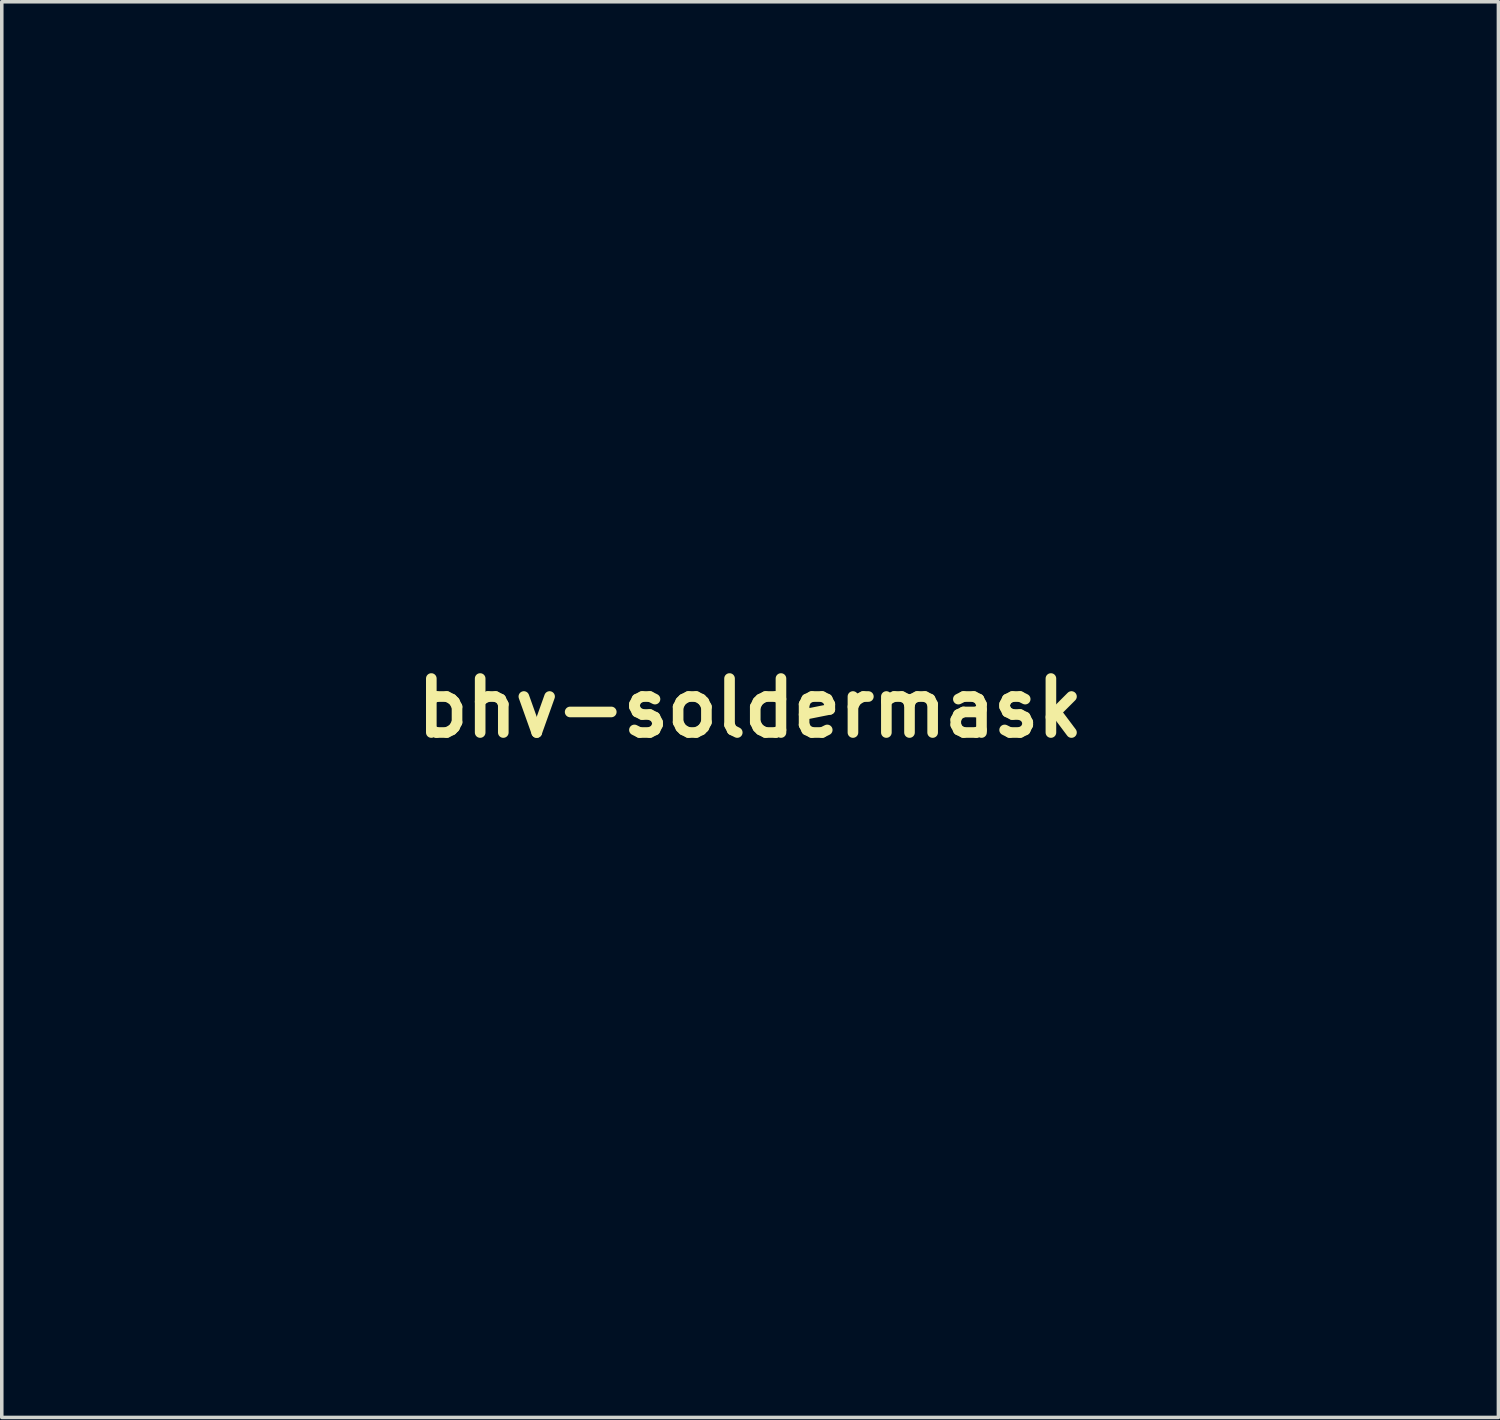
<source format=kicad_pcb>
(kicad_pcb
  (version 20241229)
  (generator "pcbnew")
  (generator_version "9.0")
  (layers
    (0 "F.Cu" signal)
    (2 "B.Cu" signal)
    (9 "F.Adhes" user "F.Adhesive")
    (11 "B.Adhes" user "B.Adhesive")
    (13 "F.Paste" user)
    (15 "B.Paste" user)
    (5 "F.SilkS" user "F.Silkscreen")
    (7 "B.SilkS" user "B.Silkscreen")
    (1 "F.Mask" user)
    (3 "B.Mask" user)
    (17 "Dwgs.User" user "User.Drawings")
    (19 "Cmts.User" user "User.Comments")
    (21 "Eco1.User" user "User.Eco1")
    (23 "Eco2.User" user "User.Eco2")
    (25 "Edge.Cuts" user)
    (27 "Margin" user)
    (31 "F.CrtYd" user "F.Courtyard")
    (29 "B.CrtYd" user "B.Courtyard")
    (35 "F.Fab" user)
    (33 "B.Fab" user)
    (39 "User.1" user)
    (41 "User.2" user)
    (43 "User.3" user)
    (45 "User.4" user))
  (footprint "bhv-soldermask"
    (layer "F.Cu")
    (at 18.124 16.938)
    (property "Reference" "bhv-soldermask" (at 0 0 0) (layer "F.SilkS") (effects (font (size 1.524 1.524) (thickness 0.3))))
    (attr through_hole)
    (fp_poly (pts (xy -13.801 3.09) (xy -13.843 3.133) (xy -13.885 3.09) (xy -13.843 3.048) (xy -13.801 3.09)) (stroke (width 0.01) (type solid)) (fill yes) (layer "F.Mask"))
    (fp_poly (pts (xy -1.863 -14.774) (xy -1.905 -14.732) (xy -1.947 -14.774) (xy -1.905 -14.817) (xy -1.863 -14.774)) (stroke (width 0.01) (type solid)) (fill yes) (layer "F.Mask"))
    (fp_poly (pts (xy 14.647 6.054) (xy 14.605 6.096) (xy 14.563 6.054) (xy 14.605 6.011) (xy 14.647 6.054)) (stroke (width 0.01) (type solid)) (fill yes) (layer "F.Mask"))
    (fp_poly (pts (xy 15.24 -3.514) (xy 15.198 -3.471) (xy 15.155 -3.514) (xy 15.198 -3.556) (xy 15.24 -3.514)) (stroke (width 0.01) (type solid)) (fill yes) (layer "F.Mask"))
    (fp_poly (pts (xy -11.248 8.432) (xy -11.18 8.52) (xy -11.258 8.623) (xy -11.491 8.753) (xy -11.493 8.755) (xy -11.811 8.905) (xy -11.565 8.647) (xy -11.399 8.497) (xy -11.274 8.43) (xy -11.248 8.432)) (stroke (width 0.01) (type solid)) (fill yes) (layer "F.Mask"))
    (fp_poly (pts (xy 14.229 5.802) (xy 14.42 5.923) (xy 14.461 5.996) (xy 14.367 6.01) (xy 14.153 5.953) (xy 14.07 5.922) (xy 13.942 5.835) (xy 13.927 5.758) (xy 14.038 5.73) (xy 14.229 5.802)) (stroke (width 0.01) (type solid)) (fill yes) (layer "F.Mask"))
    (fp_poly (pts (xy 8.222 -12.574) (xy 8.258 -12.441) (xy 8.203 -12.247) (xy 8.089 -12.099) (xy 7.946 -12.026) (xy 7.829 -12.044) (xy 7.789 -12.14) (xy 7.84 -12.287) (xy 7.953 -12.458) (xy 8.111 -12.587) (xy 8.222 -12.574)) (stroke (width 0.01) (type solid)) (fill yes) (layer "F.Mask"))
    (fp_poly (pts (xy 8.701 -13.341) (xy 8.704 -13.213) (xy 8.622 -13) (xy 8.506 -12.822) (xy 8.4 -12.802) (xy 8.33 -12.905) (xy 8.332 -13.08) (xy 8.42 -13.259) (xy 8.552 -13.369) (xy 8.597 -13.377) (xy 8.701 -13.341)) (stroke (width 0.01) (type solid)) (fill yes) (layer "F.Mask"))
    (fp_poly (pts (xy -7.214 12.991) (xy -7.199 13.06) (xy -7.254 13.234) (xy -7.379 13.389) (xy -7.525 13.476) (xy -7.613 13.467) (xy -7.684 13.392) (xy -7.654 13.277) (xy -7.59 13.173) (xy -7.449 13.021) (xy -7.309 12.956) (xy -7.214 12.991)) (stroke (width 0.01) (type solid)) (fill yes) (layer "F.Mask"))
    (fp_poly (pts (xy -6.781 12.136) (xy -6.734 12.187) (xy -6.737 12.312) (xy -6.82 12.484) (xy -6.941 12.641) (xy -7.058 12.722) (xy -7.091 12.722) (xy -7.182 12.616) (xy -7.171 12.434) (xy -7.079 12.255) (xy -6.922 12.124) (xy -6.781 12.136)) (stroke (width 0.01) (type solid)) (fill yes) (layer "F.Mask"))
    (fp_poly (pts (xy -13.264 -5.975) (xy -13.054 -5.914) (xy -12.904 -5.875) (xy -12.749 -5.794) (xy -12.7 -5.706) (xy -12.703 -5.624) (xy -12.736 -5.603) (xy -12.836 -5.651) (xy -13.037 -5.778) (xy -13.081 -5.807) (xy -13.244 -5.92) (xy -13.297 -5.977) (xy -13.264 -5.975)) (stroke (width 0.01) (type solid)) (fill yes) (layer "F.Mask"))
    (fp_poly (pts (xy 12.705 -8.608) (xy 12.522 -8.415) (xy 12.422 -8.325) (xy 12.368 -8.317) (xy 12.326 -8.371) (xy 12.316 -8.388) (xy 12.282 -8.486) (xy 12.289 -8.5) (xy 12.374 -8.552) (xy 12.554 -8.659) (xy 12.658 -8.72) (xy 12.996 -8.918) (xy 12.705 -8.608)) (stroke (width 0.01) (type solid)) (fill yes) (layer "F.Mask"))
    (fp_poly (pts (xy -3.442 -14.982) (xy -3.355 -14.785) (xy -3.258 -14.481) (xy -3.23 -14.375) (xy -3.132 -14.001) (xy -3.076 -13.761) (xy -3.059 -13.625) (xy -3.078 -13.564) (xy -3.133 -13.547) (xy -3.173 -13.547) (xy -3.274 -13.628) (xy -3.382 -13.858) (xy -3.437 -14.027) (xy -3.542 -14.454) (xy -3.584 -14.78) (xy -3.56 -14.984) (xy -3.506 -15.043) (xy -3.442 -14.982)) (stroke (width 0.01) (type solid)) (fill yes) (layer "F.Mask"))
    (fp_poly (pts (xy -9.637 -11.67) (xy -9.485 -11.539) (xy -9.256 -11.297) (xy -9.212 -11.249) (xy -8.929 -10.912) (xy -8.778 -10.67) (xy -8.758 -10.516) (xy -8.848 -10.448) (xy -8.937 -10.498) (xy -9.105 -10.651) (xy -9.32 -10.877) (xy -9.417 -10.986) (xy -9.653 -11.269) (xy -9.786 -11.458) (xy -9.83 -11.581) (xy -9.802 -11.665) (xy -9.801 -11.667) (xy -9.733 -11.707) (xy -9.637 -11.67)) (stroke (width 0.01) (type solid)) (fill yes) (layer "F.Mask"))
    (fp_poly (pts (xy -8.808 10.669) (xy -8.808 10.689) (xy -8.863 10.797) (xy -9.007 10.992) (xy -9.213 11.239) (xy -9.298 11.334) (xy -9.541 11.594) (xy -9.701 11.741) (xy -9.804 11.791) (xy -9.875 11.763) (xy -9.887 11.749) (xy -9.919 11.666) (xy -9.877 11.548) (xy -9.746 11.367) (xy -9.517 11.105) (xy -9.225 10.806) (xy -9.004 10.63) (xy -8.862 10.583) (xy -8.808 10.669)) (stroke (width 0.01) (type solid)) (fill yes) (layer "F.Mask"))
    (fp_poly (pts (xy 10.169 10.574) (xy 10.333 10.713) (xy 10.382 10.76) (xy 10.628 11.013) (xy 10.871 11.287) (xy 10.929 11.357) (xy 11.073 11.556) (xy 11.113 11.677) (xy 11.06 11.76) (xy 11.06 11.76) (xy 10.979 11.781) (xy 10.862 11.718) (xy 10.685 11.551) (xy 10.459 11.303) (xy 10.19 10.973) (xy 10.048 10.744) (xy 10.027 10.61) (xy 10.078 10.544) (xy 10.169 10.574)) (stroke (width 0.01) (type solid)) (fill yes) (layer "F.Mask"))
    (fp_poly (pts (xy 10.957 -11.681) (xy 10.967 -11.659) (xy 10.964 -11.531) (xy 10.86 -11.342) (xy 10.643 -11.068) (xy 10.605 -11.024) (xy 10.331 -10.735) (xy 10.114 -10.559) (xy 9.969 -10.503) (xy 9.907 -10.576) (xy 9.906 -10.6) (xy 9.96 -10.711) (xy 10.104 -10.908) (xy 10.312 -11.157) (xy 10.406 -11.262) (xy 10.651 -11.523) (xy 10.809 -11.669) (xy 10.904 -11.717) (xy 10.957 -11.681)) (stroke (width 0.01) (type solid)) (fill yes) (layer "F.Mask"))
    (fp_poly (pts (xy 4.561 13.754) (xy 4.647 13.889) (xy 4.738 14.149) (xy 4.776 14.287) (xy 4.861 14.597) (xy 4.932 14.857) (xy 4.973 15.007) (xy 4.945 15.122) (xy 4.835 15.163) (xy 4.724 15.106) (xy 4.714 15.092) (xy 4.674 14.982) (xy 4.605 14.76) (xy 4.535 14.52) (xy 4.453 14.226) (xy 4.383 13.982) (xy 4.35 13.864) (xy 4.363 13.742) (xy 4.464 13.716) (xy 4.561 13.754)) (stroke (width 0.01) (type solid)) (fill yes) (layer "F.Mask"))
    (fp_poly (pts (xy 7.948 4.284) (xy 8.152 4.375) (xy 8.278 4.442) (xy 8.289 4.451) (xy 8.242 4.517) (xy 8.093 4.684) (xy 7.86 4.932) (xy 7.562 5.244) (xy 7.217 5.599) (xy 6.844 5.979) (xy 6.461 6.367) (xy 6.087 6.742) (xy 5.739 7.087) (xy 5.437 7.383) (xy 5.199 7.61) (xy 5.044 7.751) (xy 4.991 7.789) (xy 4.927 7.721) (xy 4.828 7.549) (xy 4.794 7.478) (xy 4.645 7.167) (xy 7.65 4.159) (xy 7.948 4.284)) (stroke (width 0.01) (type solid)) (fill yes) (layer "F.Mask"))
    (fp_poly (pts (xy 1.031 -2.579) (xy 1.128 -2.519) (xy 1.161 -2.476) (xy 1.153 -2.41) (xy 1.094 -2.307) (xy 0.972 -2.153) (xy 0.774 -1.935) (xy 0.489 -1.638) (xy 0.106 -1.249) (xy -0.332 -0.81) (xy -1.937 0.792) (xy -2.043 0.561) (xy -2.072 0.486) (xy -2.078 0.411) (xy -2.047 0.322) (xy -1.967 0.2) (xy -1.825 0.031) (xy -1.608 -0.202) (xy -1.303 -0.515) (xy -0.896 -0.924) (xy -0.673 -1.148) (xy -0.262 -1.555) (xy 0.112 -1.92) (xy 0.432 -2.225) (xy 0.681 -2.455) (xy 0.841 -2.592) (xy 0.893 -2.625) (xy 1.031 -2.579)) (stroke (width 0.01) (type solid)) (fill yes) (layer "F.Mask"))
    (fp_poly (pts (xy -3.705 -7.459) (xy -3.604 -7.263) (xy -3.583 -7.215) (xy -3.458 -6.916) (xy -4.924 -5.448) (xy -5.333 -5.041) (xy -5.706 -4.678) (xy -6.023 -4.375) (xy -6.27 -4.148) (xy -6.427 -4.013) (xy -6.476 -3.983) (xy -6.604 -4.022) (xy -6.8 -4.113) (xy -6.816 -4.121) (xy -6.999 -4.222) (xy -7.104 -4.287) (xy -7.108 -4.29) (xy -7.066 -4.359) (xy -6.919 -4.527) (xy -6.687 -4.774) (xy -6.388 -5.082) (xy -6.041 -5.432) (xy -5.665 -5.807) (xy -5.278 -6.188) (xy -4.9 -6.556) (xy -4.548 -6.893) (xy -4.242 -7.18) (xy -4 -7.399) (xy -3.841 -7.532) (xy -3.786 -7.563) (xy -3.705 -7.459)) (stroke (width 0.01) (type solid)) (fill yes) (layer "F.Mask"))
    (fp_poly (pts (xy 3.16 -0.494) (xy 3.179 -0.471) (xy 3.275 -0.307) (xy 3.302 -0.216) (xy 3.244 -0.131) (xy 3.085 0.05) (xy 2.843 0.308) (xy 2.54 0.624) (xy 2.195 0.976) (xy 1.828 1.345) (xy 1.46 1.711) (xy 1.11 2.054) (xy 0.798 2.353) (xy 0.545 2.589) (xy 0.37 2.742) (xy 0.295 2.791) (xy 0.163 2.751) (xy 0.023 2.683) (xy -0.029 2.647) (xy -0.05 2.599) (xy -0.027 2.525) (xy 0.05 2.412) (xy 0.193 2.245) (xy 0.414 2.01) (xy 0.725 1.692) (xy 1.137 1.278) (xy 1.445 0.971) (xy 1.927 0.492) (xy 2.304 0.121) (xy 2.59 -0.153) (xy 2.8 -0.343) (xy 2.947 -0.46) (xy 3.047 -0.517) (xy 3.113 -0.524) (xy 3.16 -0.494)) (stroke (width 0.01) (type solid)) (fill yes) (layer "F.Mask"))
    (fp_poly (pts (xy 18.119 17.018) (xy 10.477 17.008) (xy 9.361 17.006) (xy 8.296 17.004) (xy 7.297 17.001) (xy 6.373 16.997) (xy 5.536 16.993) (xy 4.799 16.989) (xy 4.172 16.984) (xy 3.668 16.979) (xy 3.298 16.974) (xy 3.072 16.968) (xy 3.004 16.963) (xy 3.006 16.963) (xy 3.157 16.932) (xy 3.431 16.878) (xy 3.785 16.808) (xy 4.064 16.753) (xy 5.622 16.363) (xy 7.131 15.818) (xy 8.58 15.127) (xy 9.959 14.298) (xy 11.256 13.342) (xy 12.463 12.268) (xy 13.568 11.085) (xy 14.56 9.802) (xy 15.43 8.429) (xy 16.167 6.975) (xy 16.756 5.461) (xy 17.042 4.541) (xy 17.257 3.691) (xy 17.411 2.856) (xy 17.513 1.982) (xy 17.573 1.016) (xy 17.586 0.635) (xy 17.591 -0.593) (xy 17.53 -1.711) (xy 17.397 -2.765) (xy 17.184 -3.806) (xy 16.885 -4.879) (xy 16.753 -5.287) (xy 16.148 -6.845) (xy 15.399 -8.323) (xy 14.516 -9.71) (xy 13.509 -11.001) (xy 12.387 -12.187) (xy 11.158 -13.26) (xy 9.833 -14.213) (xy 8.42 -15.038) (xy 6.928 -15.727) (xy 5.368 -16.273) (xy 3.747 -16.667) (xy 2.979 -16.796) (xy 2.853 -16.816) (xy 2.773 -16.834) (xy 2.748 -16.849) (xy 2.786 -16.863) (xy 2.897 -16.875) (xy 3.088 -16.885) (xy 3.369 -16.893) (xy 3.749 -16.9) (xy 4.235 -16.906) (xy 4.837 -16.911) (xy 5.563 -16.914) (xy 6.423 -16.918) (xy 7.424 -16.92) (xy 8.575 -16.922) (xy 9.886 -16.924) (xy 10.139 -16.924) (xy 18.119 -16.933) (xy 18.119 17.018)) (stroke (width 0.01) (type solid)) (fill yes) (layer "F.Mask"))
    (fp_poly (pts (xy -9.504 -16.923) (xy -8.221 -16.92) (xy -7.024 -16.917) (xy -5.921 -16.912) (xy -4.918 -16.907) (xy -4.025 -16.9) (xy -3.25 -16.893) (xy -2.6 -16.885) (xy -2.084 -16.876) (xy -1.71 -16.866) (xy -1.485 -16.856) (xy -1.419 -16.846) (xy -1.439 -16.841) (xy -3.111 -16.544) (xy -4.731 -16.089) (xy -6.289 -15.484) (xy -7.774 -14.735) (xy -9.178 -13.847) (xy -10.489 -12.826) (xy -11.699 -11.68) (xy -12.796 -10.414) (xy -13.563 -9.356) (xy -14.435 -7.899) (xy -15.159 -6.364) (xy -15.737 -4.746) (xy -16.145 -3.161) (xy -16.217 -2.814) (xy -16.272 -2.513) (xy -16.313 -2.226) (xy -16.342 -1.925) (xy -16.361 -1.578) (xy -16.372 -1.154) (xy -16.377 -0.624) (xy -16.378 0.043) (xy -16.378 0.085) (xy -16.378 0.758) (xy -16.374 1.293) (xy -16.365 1.72) (xy -16.347 2.068) (xy -16.32 2.369) (xy -16.28 2.653) (xy -16.226 2.95) (xy -16.156 3.292) (xy -16.145 3.344) (xy -15.702 5.045) (xy -15.121 6.651) (xy -14.396 8.173) (xy -13.525 9.617) (xy -12.944 10.433) (xy -12.566 10.897) (xy -12.09 11.428) (xy -11.553 11.987) (xy -10.993 12.539) (xy -10.445 13.046) (xy -9.947 13.471) (xy -9.755 13.621) (xy -8.331 14.593) (xy -6.833 15.414) (xy -5.269 16.082) (xy -3.646 16.592) (xy -2.328 16.881) (xy -2.228 16.902) (xy -2.17 16.919) (xy -2.165 16.935) (xy -2.22 16.949) (xy -2.345 16.961) (xy -2.547 16.971) (xy -2.837 16.979) (xy -3.222 16.986) (xy -3.712 16.992) (xy -4.315 16.997) (xy -5.041 17.001) (xy -5.897 17.004) (xy -6.893 17.006) (xy -8.037 17.008) (xy -9.338 17.01) (xy -9.885 17.01) (xy -18.119 17.018) (xy -18.119 -16.933) (xy -9.504 -16.923)) (stroke (width 0.01) (type solid)) (fill yes) (layer "F.Mask"))
    (fp_poly (pts (xy 1.85 -12.649) (xy 2.581 -12.572) (xy 2.752 -12.545) (xy 4.183 -12.217) (xy 5.544 -11.741) (xy 6.824 -11.125) (xy 8.016 -10.378) (xy 9.113 -9.508) (xy 10.104 -8.523) (xy 10.983 -7.432) (xy 11.741 -6.244) (xy 12.37 -4.967) (xy 12.862 -3.61) (xy 13.207 -2.181) (xy 13.298 -1.624) (xy 13.34 -1.182) (xy 13.361 -0.623) (xy 13.363 0.009) (xy 13.348 0.671) (xy 13.315 1.319) (xy 13.268 1.91) (xy 13.207 2.402) (xy 13.165 2.625) (xy 12.757 4.096) (xy 12.209 5.48) (xy 11.525 6.77) (xy 10.709 7.961) (xy 9.767 9.045) (xy 8.702 10.017) (xy 7.674 10.769) (xy 6.473 11.477) (xy 5.241 12.034) (xy 3.947 12.454) (xy 2.582 12.744) (xy 2.225 12.786) (xy 1.745 12.819) (xy 1.188 12.843) (xy 0.598 12.856) (xy 0.022 12.859) (xy -0.497 12.849) (xy -0.913 12.826) (xy -1.058 12.811) (xy -2.48 12.543) (xy -3.851 12.12) (xy -5.158 11.55) (xy -6.392 10.842) (xy -7.538 10.004) (xy -8.586 9.044) (xy -9.524 7.973) (xy -10.34 6.798) (xy -10.996 5.581) (xy -11.522 4.304) (xy -11.894 3.025) (xy -12.122 1.704) (xy -12.186 0.998) (xy -12.203 -0.484) (xy -12.06 -1.927) (xy -11.765 -3.32) (xy -11.596 -3.831) (xy -9.161 -3.831) (xy -8.625 -3.398) (xy -7.85 -2.864) (xy -7.021 -2.467) (xy -6.164 -2.215) (xy -5.307 -2.119) (xy -5.243 -2.118) (xy -4.686 -2.117) (xy -4.526 -2.815) (xy -4.449 -3.148) (xy -4.384 -3.423) (xy -4.342 -3.594) (xy -4.336 -3.619) (xy -4.367 -3.675) (xy -4.515 -3.708) (xy -4.799 -3.723) (xy -5.009 -3.725) (xy -5.713 -3.725) (xy -4.53 -4.911) (xy -4.163 -5.274) (xy -3.835 -5.592) (xy -3.565 -5.847) (xy -3.372 -6.021) (xy -3.276 -6.095) (xy -3.271 -6.096) (xy -3.242 -6.017) (xy -3.227 -5.804) (xy -3.228 -5.491) (xy -3.236 -5.271) (xy -3.275 -4.791) (xy -3.346 -4.364) (xy -3.466 -3.914) (xy -3.583 -3.556) (xy -3.72 -3.131) (xy -3.845 -2.705) (xy -3.939 -2.338) (xy -3.976 -2.165) (xy -4.058 -1.218) (xy -3.978 -0.266) (xy -3.742 0.665) (xy -3.473 1.312) (xy -3.14 1.99) (xy -3.687 2.54) (xy -4.234 3.09) (xy -5.229 3.134) (xy -5.694 3.16) (xy -6.037 3.196) (xy -6.304 3.25) (xy -6.542 3.331) (xy -6.699 3.4) (xy -7.304 3.762) (xy -7.788 4.235) (xy -8.13 4.759) (xy -8.293 5.098) (xy -8.388 5.408) (xy -8.438 5.77) (xy -8.45 5.946) (xy -8.461 6.255) (xy -8.457 6.486) (xy -8.437 6.599) (xy -8.431 6.604) (xy -8.339 6.565) (xy -8.129 6.459) (xy -7.828 6.301) (xy -7.465 6.104) (xy -7.355 6.044) (xy -6.921 5.809) (xy -6.598 5.65) (xy -6.348 5.563) (xy -6.135 5.541) (xy -5.921 5.578) (xy -5.67 5.669) (xy -5.479 5.75) (xy -5.073 5.924) (xy -5.098 6.612) (xy -5.122 7.301) (xy -6.181 7.878) (xy -6.56 8.091) (xy -6.879 8.285) (xy -7.111 8.442) (xy -7.229 8.543) (xy -7.239 8.563) (xy -7.169 8.655) (xy -6.985 8.788) (xy -6.737 8.93) (xy -6.472 9.056) (xy -6.244 9.133) (xy -5.993 9.172) (xy -5.659 9.185) (xy -5.465 9.186) (xy -5.075 9.18) (xy -4.791 9.154) (xy -4.552 9.094) (xy -4.294 8.987) (xy -4.137 8.911) (xy -3.519 8.515) (xy -3.013 7.996) (xy -2.64 7.381) (xy -2.541 7.15) (xy -2.476 6.939) (xy -2.438 6.699) (xy -2.42 6.386) (xy -2.415 5.952) (xy -2.415 5.927) (xy -2.409 5.462) (xy -2.381 5.121) (xy -2.314 4.861) (xy -2.191 4.636) (xy -1.995 4.403) (xy -1.711 4.12) (xy -1.375 3.795) (xy -0.666 4.132) (xy -0.114 4.374) (xy 0.376 4.538) (xy 0.878 4.644) (xy 1.464 4.711) (xy 2.084 4.763) (xy 2.261 4.054) (xy 2.345 3.716) (xy 2.415 3.434) (xy 2.46 3.253) (xy 2.468 3.222) (xy 2.45 3.157) (xy 2.338 3.116) (xy 2.104 3.096) (xy 1.885 3.089) (xy 1.58 3.079) (xy 1.348 3.061) (xy 1.235 3.04) (xy 1.232 3.038) (xy 1.276 2.969) (xy 1.424 2.8) (xy 1.658 2.549) (xy 1.96 2.235) (xy 2.313 1.878) (xy 2.374 1.817) (xy 3.556 0.637) (xy 3.567 0.975) (xy 3.564 1.612) (xy 3.507 2.163) (xy 3.383 2.703) (xy 3.289 3.006) (xy 3.089 3.638) (xy 2.949 4.164) (xy 2.86 4.632) (xy 2.812 5.089) (xy 2.797 5.585) (xy 2.797 5.63) (xy 2.865 6.61) (xy 3.074 7.507) (xy 3.431 8.342) (xy 3.945 9.136) (xy 4.075 9.303) (xy 4.509 9.838) (xy 5.089 9.263) (xy 5.354 8.995) (xy 5.515 8.817) (xy 5.587 8.701) (xy 5.588 8.618) (xy 5.535 8.539) (xy 5.527 8.53) (xy 5.491 8.48) (xy 5.483 8.421) (xy 5.514 8.338) (xy 5.597 8.218) (xy 5.742 8.047) (xy 5.961 7.811) (xy 6.267 7.496) (xy 6.67 7.089) (xy 7.133 6.625) (xy 7.637 6.122) (xy 8.036 5.728) (xy 8.343 5.431) (xy 8.572 5.218) (xy 8.738 5.079) (xy 8.854 5.002) (xy 8.935 4.974) (xy 8.993 4.985) (xy 9.038 5.019) (xy 9.118 5.077) (xy 9.199 5.083) (xy 9.311 5.018) (xy 9.481 4.867) (xy 9.738 4.613) (xy 9.77 4.581) (xy 10.345 4.001) (xy 9.737 3.525) (xy 8.903 2.966) (xy 8.048 2.573) (xy 7.171 2.347) (xy 6.428 2.287) (xy 5.871 2.286) (xy 5.711 2.985) (xy 5.634 3.317) (xy 5.57 3.591) (xy 5.528 3.76) (xy 5.522 3.785) (xy 5.565 3.843) (xy 5.744 3.883) (xy 6.074 3.908) (xy 6.177 3.912) (xy 6.861 3.937) (xy 5.625 5.165) (xy 4.388 6.392) (xy 4.424 5.503) (xy 4.453 5.036) (xy 4.505 4.647) (xy 4.594 4.264) (xy 4.735 3.813) (xy 4.767 3.717) (xy 5.025 2.863) (xy 5.178 2.101) (xy 5.233 1.394) (xy 5.215 0.908) (xy 5.13 0.324) (xy 4.979 -0.296) (xy 4.78 -0.888) (xy 4.554 -1.384) (xy 4.526 -1.434) (xy 4.309 -1.81) (xy 5.42 -2.921) (xy 6.414 -2.965) (xy 7.073 -3.019) (xy 7.606 -3.127) (xy 8.05 -3.303) (xy 8.445 -3.561) (xy 8.753 -3.838) (xy 9.19 -4.365) (xy 9.472 -4.93) (xy 9.616 -5.568) (xy 9.634 -5.779) (xy 9.645 -6.087) (xy 9.639 -6.318) (xy 9.616 -6.43) (xy 9.609 -6.435) (xy 9.515 -6.396) (xy 9.302 -6.289) (xy 9 -6.129) (xy 8.638 -5.932) (xy 8.534 -5.875) (xy 8.102 -5.639) (xy 7.781 -5.48) (xy 7.532 -5.393) (xy 7.319 -5.371) (xy 7.104 -5.409) (xy 6.851 -5.501) (xy 6.664 -5.58) (xy 6.258 -5.754) (xy 6.283 -6.443) (xy 6.308 -7.132) (xy 7.366 -7.712) (xy 7.745 -7.926) (xy 8.064 -8.121) (xy 8.296 -8.277) (xy 8.414 -8.378) (xy 8.424 -8.398) (xy 8.354 -8.487) (xy 8.17 -8.618) (xy 7.916 -8.759) (xy 7.644 -8.885) (xy 7.408 -8.962) (xy 7.148 -9.001) (xy 6.801 -9.014) (xy 6.645 -9.015) (xy 6.257 -9.01) (xy 5.974 -8.984) (xy 5.735 -8.923) (xy 5.476 -8.816) (xy 5.322 -8.742) (xy 4.704 -8.346) (xy 4.198 -7.825) (xy 3.824 -7.211) (xy 3.721 -6.975) (xy 3.655 -6.759) (xy 3.618 -6.514) (xy 3.601 -6.192) (xy 3.597 -5.8) (xy 3.587 -5.365) (xy 3.561 -5.009) (xy 3.522 -4.769) (xy 3.497 -4.699) (xy 3.389 -4.557) (xy 3.198 -4.344) (xy 2.963 -4.105) (xy 2.948 -4.09) (xy 2.498 -3.651) (xy 1.852 -3.968) (xy 1.27 -4.221) (xy 0.705 -4.394) (xy 0.085 -4.503) (xy -0.309 -4.544) (xy -0.922 -4.596) (xy -0.978 -4.351) (xy -1.067 -3.973) (xy -1.159 -3.6) (xy -1.243 -3.28) (xy -1.307 -3.058) (xy -1.326 -3.001) (xy -1.335 -2.92) (xy -1.255 -2.893) (xy -1.05 -2.911) (xy -1.007 -2.917) (xy -0.67 -2.934) (xy -0.318 -2.911) (xy -0.262 -2.902) (xy 0.111 -2.834) (xy -1.107 -1.666) (xy -1.521 -1.269) (xy -1.83 -0.978) (xy -2.049 -0.78) (xy -2.197 -0.662) (xy -2.29 -0.614) (xy -2.344 -0.623) (xy -2.376 -0.677) (xy -2.394 -0.735) (xy -2.437 -1.086) (xy -2.406 -1.56) (xy -2.305 -2.13) (xy -2.139 -2.769) (xy -2.011 -3.173) (xy -1.859 -3.638) (xy -1.756 -4.006) (xy -1.691 -4.339) (xy -1.653 -4.697) (xy -1.628 -5.143) (xy -1.627 -5.189) (xy -1.648 -6.151) (xy -1.798 -7.022) (xy -2.086 -7.832) (xy -2.522 -8.611) (xy -2.897 -9.125) (xy -3.327 -9.665) (xy -3.905 -9.091) (xy -4.17 -8.825) (xy -4.33 -8.647) (xy -4.402 -8.531) (xy -4.403 -8.448) (xy -4.349 -8.369) (xy -4.341 -8.361) (xy -4.306 -8.311) (xy -4.298 -8.251) (xy -4.329 -8.168) (xy -4.411 -8.048) (xy -4.556 -7.877) (xy -4.776 -7.642) (xy -5.082 -7.327) (xy -5.485 -6.92) (xy -5.948 -6.456) (xy -6.452 -5.953) (xy -6.85 -5.559) (xy -7.157 -5.261) (xy -7.387 -5.049) (xy -7.553 -4.91) (xy -7.669 -4.832) (xy -7.749 -4.805) (xy -7.807 -4.816) (xy -7.853 -4.849) (xy -7.932 -4.908) (xy -8.014 -4.913) (xy -8.126 -4.849) (xy -8.296 -4.698) (xy -8.552 -4.444) (xy -8.585 -4.411) (xy -9.161 -3.831) (xy -11.596 -3.831) (xy -11.324 -4.654) (xy -10.745 -5.92) (xy -10.034 -7.109) (xy -9.198 -8.211) (xy -8.244 -9.218) (xy -7.18 -10.119) (xy -6.012 -10.906) (xy -4.747 -11.569) (xy -3.392 -12.099) (xy -2.091 -12.457) (xy -1.432 -12.57) (xy -0.658 -12.646) (xy 0.18 -12.685) (xy 1.033 -12.687) (xy 1.85 -12.649)) (stroke (width 0.01) (type solid)) (fill yes) (layer "F.Mask"))
    (fp_poly (pts (xy 2.169 -16.532) (xy 3.82 -16.299) (xy 4.657 -16.117) (xy 6.121 -15.68) (xy 7.563 -15.091) (xy 8.958 -14.365) (xy 10.283 -13.517) (xy 11.516 -12.561) (xy 12.634 -11.51) (xy 13.291 -10.779) (xy 14.325 -9.416) (xy 15.208 -7.981) (xy 15.937 -6.483) (xy 16.511 -4.93) (xy 16.927 -3.331) (xy 17.184 -1.695) (xy 17.278 -0.03) (xy 17.208 1.655) (xy 16.972 3.351) (xy 16.926 3.586) (xy 16.674 4.598) (xy 16.32 5.676) (xy 15.886 6.768) (xy 15.391 7.822) (xy 14.857 8.786) (xy 14.82 8.848) (xy 13.883 10.214) (xy 12.823 11.47) (xy 11.649 12.609) (xy 10.371 13.624) (xy 8.998 14.51) (xy 7.54 15.261) (xy 6.007 15.87) (xy 4.409 16.33) (xy 2.755 16.636) (xy 2.721 16.641) (xy 2.309 16.681) (xy 1.778 16.713) (xy 1.174 16.736) (xy 0.544 16.747) (xy -0.066 16.748) (xy -0.609 16.737) (xy -1.038 16.712) (xy -1.101 16.707) (xy -2.379 16.519) (xy -3.694 16.222) (xy -4.976 15.832) (xy -5.962 15.453) (xy -7.477 14.716) (xy -8.893 13.845) (xy -9.468 13.407) (xy -8.043 13.407) (xy -7.98 13.516) (xy -7.825 13.669) (xy -7.631 13.823) (xy -7.452 13.934) (xy -7.366 13.963) (xy -7.319 13.908) (xy 2.301 13.908) (xy 2.307 14.059) (xy 2.341 14.312) (xy 2.404 14.69) (xy 2.455 14.986) (xy 2.521 15.368) (xy 2.575 15.682) (xy 2.611 15.895) (xy 2.624 15.973) (xy 2.694 15.965) (xy 2.796 15.941) (xy 2.907 15.885) (xy 2.936 15.763) (xy 2.915 15.589) (xy 2.856 15.283) (xy 2.789 14.991) (xy 2.745 14.792) (xy 2.736 14.681) (xy 2.738 14.675) (xy 2.784 14.733) (xy 2.882 14.91) (xy 3.014 15.17) (xy 3.049 15.242) (xy 3.234 15.587) (xy 3.382 15.781) (xy 3.488 15.833) (xy 3.569 15.813) (xy 3.617 15.738) (xy 3.631 15.585) (xy 3.61 15.331) (xy 3.556 14.953) (xy 3.483 14.52) (xy 3.413 14.136) (xy 3.356 13.89) (xy 3.303 13.756) (xy 3.241 13.703) (xy 3.979 13.703) (xy 4.005 13.893) (xy 4.073 14.178) (xy 4.168 14.513) (xy 4.278 14.854) (xy 4.387 15.156) (xy 4.481 15.376) (xy 4.539 15.464) (xy 4.707 15.507) (xy 4.939 15.477) (xy 5.163 15.396) (xy 5.302 15.281) (xy 5.311 15.262) (xy 5.313 15.115) (xy 5.27 14.854) (xy 5.193 14.525) (xy 5.096 14.175) (xy 4.992 13.847) (xy 4.892 13.589) (xy 4.81 13.446) (xy 4.809 13.445) (xy 4.654 13.35) (xy 4.447 13.365) (xy 4.41 13.375) (xy 4.151 13.463) (xy 4.02 13.554) (xy 3.98 13.677) (xy 3.979 13.703) (xy 3.241 13.703) (xy 3.241 13.703) (xy 3.171 13.703) (xy 3.029 13.733) (xy 2.991 13.745) (xy 2.998 13.828) (xy 3.028 14.023) (xy 3.074 14.276) (xy 3.125 14.535) (xy 3.171 14.745) (xy 3.178 14.774) (xy 3.164 14.787) (xy 3.088 14.673) (xy 2.966 14.455) (xy 2.922 14.372) (xy 2.736 14.048) (xy 2.589 13.864) (xy 2.465 13.801) (xy 2.454 13.801) (xy 2.375 13.804) (xy 2.324 13.831) (xy 2.301 13.908) (xy -7.319 13.908) (xy -7.309 13.896) (xy -7.183 13.712) (xy -7.008 13.437) (xy -6.931 13.311) (xy 5.434 13.311) (xy 5.451 13.493) (xy 5.51 13.648) (xy 5.603 13.664) (xy 5.667 13.634) (xy 5.785 13.498) (xy 5.78 13.37) (xy 5.773 13.237) (xy 5.872 13.219) (xy 5.882 13.221) (xy 5.974 13.306) (xy 6.1 13.506) (xy 6.239 13.774) (xy 6.369 14.064) (xy 6.468 14.331) (xy 6.514 14.53) (xy 6.515 14.541) (xy 6.469 14.637) (xy 6.353 14.622) (xy 6.224 14.507) (xy 6.092 14.42) (xy 5.975 14.474) (xy 5.927 14.635) (xy 5.992 14.851) (xy 6.17 14.963) (xy 6.432 14.96) (xy 6.638 14.89) (xy 6.81 14.78) (xy 6.891 14.683) (xy 6.881 14.55) (xy 6.811 14.308) (xy 6.699 13.999) (xy 6.563 13.666) (xy 6.42 13.351) (xy 6.288 13.096) (xy 6.184 12.942) (xy 6.161 12.922) (xy 5.962 12.882) (xy 5.723 12.941) (xy 5.523 13.075) (xy 5.478 13.131) (xy 5.434 13.311) (xy -6.931 13.311) (xy -6.801 13.101) (xy -6.795 13.09) (xy -6.59 12.748) (xy -6.422 12.46) (xy -6.308 12.257) (xy -6.265 12.168) (xy -6.265 12.167) (xy -6.335 12.084) (xy -6.505 11.972) (xy -6.717 11.862) (xy -6.914 11.786) (xy -7.008 11.769) (xy -7.162 11.841) (xy -7.322 12.019) (xy -7.451 12.245) (xy -7.513 12.462) (xy -7.507 12.546) (xy -7.52 12.675) (xy -7.579 12.7) (xy -7.693 12.769) (xy -7.833 12.938) (xy -7.959 13.149) (xy -8.035 13.346) (xy -8.043 13.407) (xy -9.468 13.407) (xy -10.199 12.851) (xy -8.998 12.851) (xy -8.97 12.917) (xy -8.877 13.01) (xy -8.849 13.02) (xy -8.795 12.947) (xy -8.659 12.765) (xy -8.461 12.501) (xy -8.22 12.18) (xy -8.184 12.132) (xy -7.918 11.774) (xy -7.744 11.526) (xy -7.65 11.364) (xy -7.624 11.266) (xy -7.653 11.208) (xy -7.69 11.184) (xy -7.768 11.165) (xy -7.86 11.206) (xy -7.985 11.325) (xy -8.162 11.543) (xy -8.411 11.879) (xy -8.46 11.946) (xy -8.721 12.312) (xy -8.889 12.569) (xy -8.977 12.741) (xy -8.998 12.851) (xy -10.199 12.851) (xy -10.201 12.849) (xy -11.397 11.736) (xy -11.501 11.619) (xy -10.329 11.619) (xy -10.27 11.751) (xy -10.127 11.926) (xy -9.954 12.088) (xy -9.805 12.184) (xy -9.769 12.192) (xy -9.66 12.134) (xy -9.48 11.983) (xy -9.284 11.79) (xy -8.893 11.36) (xy -8.618 11.019) (xy -8.463 10.775) (xy -8.433 10.633) (xy -8.433 10.633) (xy -8.545 10.481) (xy -8.731 10.335) (xy -8.93 10.234) (xy -9.083 10.214) (xy -9.099 10.221) (xy -9.221 10.32) (xy -9.409 10.508) (xy -9.636 10.751) (xy -9.87 11.015) (xy -10.082 11.267) (xy -10.244 11.474) (xy -10.325 11.602) (xy -10.329 11.619) (xy -11.501 11.619) (xy -12.474 10.514) (xy -12.543 10.418) (xy -11.626 10.418) (xy -11.584 10.477) (xy -11.481 10.518) (xy -11.345 10.466) (xy -11.147 10.318) (xy -10.901 10.152) (xy -10.719 10.106) (xy -10.694 10.112) (xy -10.632 10.163) (xy -10.665 10.256) (xy -10.805 10.422) (xy -10.877 10.496) (xy -11.088 10.749) (xy -11.152 10.928) (xy -11.145 10.967) (xy -11.097 11.014) (xy -11.002 10.986) (xy -10.836 10.869) (xy -10.578 10.65) (xy -10.489 10.57) (xy -10.198 10.312) (xy -9.929 10.077) (xy -9.725 9.901) (xy -9.666 9.853) (xy -9.524 9.718) (xy -9.505 9.618) (xy -9.562 9.531) (xy -9.642 9.46) (xy -9.73 9.471) (xy -9.869 9.579) (xy -10 9.704) (xy -10.201 9.885) (xy -10.332 9.953) (xy -10.43 9.927) (xy -10.445 9.915) (xy -10.497 9.84) (xy -10.462 9.741) (xy -10.321 9.584) (xy -10.216 9.484) (xy -10.016 9.282) (xy -9.936 9.15) (xy -9.957 9.061) (xy -9.966 9.051) (xy -10.025 9.019) (xy -10.111 9.034) (xy -10.243 9.11) (xy -10.438 9.258) (xy -10.715 9.492) (xy -11.091 9.824) (xy -11.25 9.967) (xy -11.484 10.186) (xy -11.604 10.327) (xy -11.626 10.418) (xy -12.543 10.418) (xy -13.379 9.256) (xy -12.481 9.256) (xy -12.465 9.33) (xy -12.451 9.35) (xy -12.353 9.458) (xy -12.32 9.483) (xy -12.241 9.449) (xy -12.038 9.357) (xy -11.743 9.221) (xy -11.386 9.055) (xy -11.378 9.052) (xy -11.02 8.883) (xy -10.722 8.741) (xy -10.517 8.642) (xy -10.433 8.598) (xy -10.433 8.598) (xy -10.439 8.512) (xy -10.463 8.437) (xy -10.567 8.339) (xy -10.718 8.349) (xy -10.901 8.334) (xy -10.994 8.217) (xy -10.961 8.052) (xy -10.936 8.018) (xy -10.896 7.854) (xy -10.925 7.786) (xy -10.982 7.758) (xy -11.086 7.804) (xy -11.257 7.938) (xy -11.51 8.173) (xy -11.782 8.44) (xy -12.102 8.764) (xy -12.315 8.994) (xy -12.436 9.151) (xy -12.481 9.256) (xy -13.379 9.256) (xy -13.426 9.19) (xy -14.246 7.772) (xy -14.295 7.665) (xy -13.448 7.665) (xy -13.352 7.926) (xy -13.333 7.963) (xy -13.226 8.12) (xy -13.093 8.192) (xy -12.906 8.176) (xy -12.638 8.069) (xy -12.264 7.868) (xy -12.196 7.829) (xy -11.812 7.602) (xy -11.559 7.432) (xy -11.419 7.295) (xy -11.373 7.169) (xy -11.404 7.029) (xy -11.467 6.899) (xy -11.642 6.649) (xy -11.822 6.559) (xy -12.031 6.618) (xy -12.074 6.645) (xy -12.213 6.794) (xy -12.202 6.927) (xy -12.054 6.998) (xy -11.962 7) (xy -11.77 7.012) (xy -11.736 7.084) (xy -11.856 7.216) (xy -12.132 7.404) (xy -12.33 7.521) (xy -12.7 7.714) (xy -12.954 7.804) (xy -13.087 7.792) (xy -13.093 7.678) (xy -13.027 7.547) (xy -12.964 7.361) (xy -13.027 7.261) (xy -13.183 7.277) (xy -13.275 7.329) (xy -13.424 7.481) (xy -13.448 7.665) (xy -14.295 7.665) (xy -14.928 6.268) (xy -15.072 5.846) (xy -14.309 5.846) (xy -14.274 6.028) (xy -14.148 6.133) (xy -13.902 6.178) (xy -13.728 6.183) (xy -13.25 6.186) (xy -13.65 6.363) (xy -13.883 6.476) (xy -13.985 6.563) (xy -13.985 6.656) (xy -13.967 6.694) (xy -13.922 6.754) (xy -13.85 6.777) (xy -13.725 6.754) (xy -13.518 6.679) (xy -13.202 6.544) (xy -12.935 6.426) (xy -12.57 6.263) (xy -12.267 6.126) (xy -12.056 6.028) (xy -11.968 5.984) (xy -11.967 5.984) (xy -11.987 5.907) (xy -12.023 5.841) (xy -12.066 5.781) (xy -12.125 5.758) (xy -12.234 5.779) (xy -12.43 5.849) (xy -12.742 5.974) (xy -12.805 5.974) (xy -12.748 5.871) (xy -12.594 5.688) (xy -12.419 5.472) (xy -12.303 5.29) (xy -12.277 5.212) (xy -12.315 5.068) (xy -12.431 5.075) (xy -12.623 5.232) (xy -12.8 5.427) (xy -13.166 5.861) (xy -13.737 5.821) (xy -14.023 5.809) (xy -14.228 5.818) (xy -14.309 5.845) (xy -14.309 5.846) (xy -15.072 5.846) (xy -15.371 4.968) (xy -14.64 4.968) (xy -14.584 5.099) (xy -14.512 5.165) (xy -14.512 5.165) (xy -14.415 5.14) (xy -14.189 5.074) (xy -13.87 4.975) (xy -13.494 4.856) (xy -13.121 4.732) (xy -12.815 4.623) (xy -12.609 4.541) (xy -12.532 4.496) (xy -12.532 4.496) (xy -12.556 4.382) (xy -12.636 4.323) (xy -12.796 4.32) (xy -13.059 4.373) (xy -13.448 4.483) (xy -13.635 4.541) (xy -14.013 4.661) (xy -14.328 4.763) (xy -14.547 4.838) (xy -14.637 4.873) (xy -14.637 4.874) (xy -14.64 4.968) (xy -15.371 4.968) (xy -15.466 4.687) (xy -15.82 3.19) (xy -15.134 3.19) (xy -15.086 3.28) (xy -15.011 3.332) (xy -14.86 3.331) (xy -14.596 3.275) (xy -14.525 3.257) (xy -14.259 3.194) (xy -14.069 3.159) (xy -14.001 3.158) (xy -14.054 3.21) (xy -14.22 3.32) (xy -14.465 3.464) (xy -14.479 3.472) (xy -14.787 3.662) (xy -14.949 3.809) (xy -14.979 3.93) (xy -14.93 4.008) (xy -14.893 4.039) (xy -14.84 4.055) (xy -14.743 4.049) (xy -14.571 4.019) (xy -14.295 3.96) (xy -13.887 3.868) (xy -13.843 3.858) (xy -13.395 3.753) (xy -13.093 3.669) (xy -12.913 3.597) (xy -12.836 3.526) (xy -12.838 3.445) (xy -12.861 3.4) (xy -12.929 3.342) (xy -13.058 3.335) (xy -13.29 3.38) (xy -13.429 3.414) (xy -13.696 3.477) (xy -13.887 3.513) (xy -13.954 3.515) (xy -13.901 3.464) (xy -13.736 3.355) (xy -13.511 3.221) (xy -13.219 3.048) (xy -13.051 2.925) (xy -12.983 2.825) (xy -12.988 2.723) (xy -13.001 2.686) (xy -13.018 2.647) (xy -13.047 2.621) (xy -13.11 2.612) (xy -13.226 2.622) (xy -13.416 2.656) (xy -13.699 2.716) (xy -14.097 2.806) (xy -14.629 2.929) (xy -14.965 3.007) (xy -15.126 3.075) (xy -15.134 3.19) (xy -15.82 3.19) (xy -15.843 3.092) (xy -15.932 2.494) (xy -16.001 1.777) (xy -16.007 1.693) (xy -15.325 1.693) (xy -15.317 1.888) (xy -15.281 2.029) (xy -15.194 2.119) (xy -15.033 2.165) (xy -14.778 2.172) (xy -14.406 2.143) (xy -13.896 2.085) (xy -13.692 2.06) (xy -13.374 1.983) (xy -13.201 1.838) (xy -13.156 1.604) (xy -13.178 1.443) (xy -13.253 1.231) (xy -13.395 1.113) (xy -13.637 1.073) (xy -13.97 1.093) (xy -14.236 1.127) (xy -14.375 1.173) (xy -14.428 1.259) (xy -14.436 1.396) (xy -14.394 1.605) (xy -14.287 1.677) (xy -14.162 1.644) (xy -14.139 1.567) (xy -14.1 1.476) (xy -13.957 1.449) (xy -13.828 1.455) (xy -13.575 1.497) (xy -13.48 1.558) (xy -13.534 1.626) (xy -13.728 1.689) (xy -14.029 1.733) (xy -14.353 1.766) (xy -14.633 1.801) (xy -14.796 1.826) (xy -14.943 1.824) (xy -14.986 1.708) (xy -14.986 1.695) (xy -14.933 1.556) (xy -14.859 1.524) (xy -14.756 1.453) (xy -14.732 1.355) (xy -14.786 1.218) (xy -14.927 1.185) (xy -15.161 1.244) (xy -15.291 1.428) (xy -15.325 1.693) (xy -16.007 1.693) (xy -16.049 0.992) (xy -16.075 0.186) (xy -16.075 -0.589) (xy -16.055 -1.14) (xy -15.409 -1.14) (xy -15.402 -1.082) (xy -15.361 -1.037) (xy -15.257 -0.993) (xy -15.063 -0.941) (xy -14.75 -0.87) (xy -14.478 -0.812) (xy -14.197 -0.75) (xy -14.07 -0.714) (xy -14.084 -0.695) (xy -14.226 -0.687) (xy -14.276 -0.686) (xy -14.801 -0.656) (xy -15.162 -0.596) (xy -15.362 -0.504) (xy -15.409 -0.412) (xy -15.402 -0.334) (xy -15.361 -0.285) (xy -15.26 -0.263) (xy -15.071 -0.268) (xy -14.766 -0.297) (xy -14.357 -0.344) (xy -13.897 -0.399) (xy -13.58 -0.444) (xy -13.378 -0.486) (xy -13.316 -0.512) (xy -12.559 -0.512) (xy -12.547 0.931) (xy -12.373 2.37) (xy -12.038 3.796) (xy -11.538 5.196) (xy -11.347 5.63) (xy -10.685 6.867) (xy -9.879 8.04) (xy -8.944 9.129) (xy -7.9 10.119) (xy -6.764 10.99) (xy -5.552 11.727) (xy -4.953 12.026) (xy -3.579 12.571) (xy -2.158 12.956) (xy -0.704 13.179) (xy 0.771 13.239) (xy 2.252 13.133) (xy 2.709 13.066) (xy 3.933 12.796) (xy 5.175 12.389) (xy 5.869 12.09) (xy 7.758 12.09) (xy 7.87 12.373) (xy 7.907 12.444) (xy 8.029 12.684) (xy 8.068 12.819) (xy 8.031 12.886) (xy 8.001 12.9) (xy 7.889 13.017) (xy 7.874 13.088) (xy 7.915 13.183) (xy 8.062 13.179) (xy 8.083 13.174) (xy 8.259 13.17) (xy 8.398 13.287) (xy 8.44 13.347) (xy 8.534 13.508) (xy 8.524 13.6) (xy 8.405 13.693) (xy 8.283 13.826) (xy 8.269 13.934) (xy 8.317 14.025) (xy 8.39 14.04) (xy 8.533 13.973) (xy 8.695 13.875) (xy 8.898 13.711) (xy 8.937 13.571) (xy 8.936 13.568) (xy 8.855 13.397) (xy 8.716 13.145) (xy 8.54 12.846) (xy 8.351 12.536) (xy 8.167 12.248) (xy 8.012 12.017) (xy 7.907 11.878) (xy 7.876 11.853) (xy 7.76 11.914) (xy 7.758 12.09) (xy 5.869 12.09) (xy 6.39 11.866) (xy 6.95 11.561) (xy 8.435 11.561) (xy 8.471 11.647) (xy 8.567 11.721) (xy 8.687 11.681) (xy 8.744 11.643) (xy 8.867 11.577) (xy 8.965 11.607) (xy 9.092 11.756) (xy 9.114 11.785) (xy 9.233 11.964) (xy 9.251 12.067) (xy 9.18 12.144) (xy 9.093 12.298) (xy 9.108 12.388) (xy 9.164 12.489) (xy 9.247 12.461) (xy 9.315 12.403) (xy 9.422 12.326) (xy 9.51 12.353) (xy 9.632 12.502) (xy 9.644 12.52) (xy 9.824 12.773) (xy 9.644 12.899) (xy 9.531 13.034) (xy 9.543 13.155) (xy 9.674 13.205) (xy 9.678 13.205) (xy 9.806 13.153) (xy 9.99 13.029) (xy 10.024 13.001) (xy 10.27 12.801) (xy 9.695 12.009) (xy 9.463 11.691) (xy 9.265 11.422) (xy 9.125 11.233) (xy 9.066 11.156) (xy 8.97 11.162) (xy 8.791 11.248) (xy 8.691 11.311) (xy 8.499 11.457) (xy 8.435 11.561) (xy 6.95 11.561) (xy 7.53 11.245) (xy 8.17 10.825) (xy 8.372 10.669) (xy 9.628 10.669) (xy 9.675 10.852) (xy 9.797 11.026) (xy 10.026 11.295) (xy 10.281 11.574) (xy 10.533 11.831) (xy 10.753 12.038) (xy 10.91 12.166) (xy 10.966 12.192) (xy 11.076 12.136) (xy 11.247 11.993) (xy 11.331 11.91) (xy 11.604 11.628) (xy 10.915 10.855) (xy 10.225 10.082) (xy 9.946 10.295) (xy 9.715 10.498) (xy 9.628 10.669) (xy 8.372 10.669) (xy 8.712 10.406) (xy 9.304 9.885) (xy 9.909 9.302) (xy 10.484 8.697) (xy 10.724 8.419) (xy 11.73 8.419) (xy 11.782 8.477) (xy 11.925 8.478) (xy 12.042 8.374) (xy 12.188 8.198) (xy 12.444 8.381) (xy 12.609 8.522) (xy 12.646 8.638) (xy 12.617 8.717) (xy 12.585 8.882) (xy 12.65 8.968) (xy 12.758 9.014) (xy 12.814 8.934) (xy 12.906 8.822) (xy 13.062 8.837) (xy 13.252 8.941) (xy 13.39 9.051) (xy 13.398 9.151) (xy 13.336 9.253) (xy 13.261 9.425) (xy 13.305 9.54) (xy 13.354 9.589) (xy 13.408 9.588) (xy 13.49 9.514) (xy 13.626 9.346) (xy 13.819 9.089) (xy 13.79 8.997) (xy 13.619 8.829) (xy 13.304 8.582) (xy 13.039 8.391) (xy 12.708 8.16) (xy 12.426 7.971) (xy 12.223 7.841) (xy 12.127 7.791) (xy 12.126 7.79) (xy 12.047 7.856) (xy 11.92 8.018) (xy 11.866 8.098) (xy 11.749 8.302) (xy 11.73 8.419) (xy 10.724 8.419) (xy 10.991 8.11) (xy 11.333 7.662) (xy 11.61 7.219) (xy 12.585 7.219) (xy 12.595 7.241) (xy 12.707 7.356) (xy 12.917 7.509) (xy 13.106 7.626) (xy 13.349 7.761) (xy 13.488 7.818) (xy 13.565 7.803) (xy 13.623 7.72) (xy 13.635 7.698) (xy 13.691 7.503) (xy 13.655 7.355) (xy 13.545 7.303) (xy 13.498 7.314) (xy 13.329 7.318) (xy 13.137 7.247) (xy 12.981 7.133) (xy 12.918 7.011) (xy 12.924 6.984) (xy 12.989 6.873) (xy 13.016 6.858) (xy 13.104 6.897) (xy 13.302 7.001) (xy 13.574 7.151) (xy 13.684 7.214) (xy 13.992 7.406) (xy 14.205 7.572) (xy 14.312 7.698) (xy 14.301 7.769) (xy 14.16 7.769) (xy 14.106 7.757) (xy 13.921 7.767) (xy 13.837 7.874) (xy 13.878 8.025) (xy 13.947 8.095) (xy 14.142 8.185) (xy 14.323 8.129) (xy 14.514 7.918) (xy 14.536 7.885) (xy 14.663 7.642) (xy 14.658 7.471) (xy 14.653 7.462) (xy 14.543 7.353) (xy 14.323 7.2) (xy 14.034 7.023) (xy 13.716 6.846) (xy 13.41 6.691) (xy 13.156 6.579) (xy 12.994 6.534) (xy 12.976 6.535) (xy 12.823 6.632) (xy 12.684 6.821) (xy 12.592 7.039) (xy 12.585 7.219) (xy 11.61 7.219) (xy 12.084 6.458) (xy 12.341 5.925) (xy 13.166 5.925) (xy 13.225 5.999) (xy 13.413 6.084) (xy 13.744 6.185) (xy 14.097 6.275) (xy 14.545 6.383) (xy 14.857 6.455) (xy 15.06 6.49) (xy 15.182 6.493) (xy 15.251 6.464) (xy 15.295 6.406) (xy 15.32 6.358) (xy 15.341 6.283) (xy 15.308 6.2) (xy 15.199 6.092) (xy 14.995 5.941) (xy 14.677 5.728) (xy 14.478 5.599) (xy 14.097 5.357) (xy 13.833 5.198) (xy 13.661 5.111) (xy 13.557 5.087) (xy 13.496 5.114) (xy 13.465 5.159) (xy 13.428 5.299) (xy 13.506 5.365) (xy 13.61 5.48) (xy 13.631 5.58) (xy 13.573 5.717) (xy 13.399 5.773) (xy 13.221 5.834) (xy 13.166 5.925) (xy 12.341 5.925) (xy 12.704 5.171) (xy 12.894 4.64) (xy 13.715 4.64) (xy 13.817 4.722) (xy 13.819 4.723) (xy 13.953 4.68) (xy 14.018 4.535) (xy 14.063 4.375) (xy 14.085 4.319) (xy 14.165 4.344) (xy 14.37 4.41) (xy 14.665 4.506) (xy 14.859 4.57) (xy 15.294 4.707) (xy 15.594 4.787) (xy 15.782 4.812) (xy 15.881 4.784) (xy 15.916 4.706) (xy 15.917 4.678) (xy 15.88 4.601) (xy 15.755 4.519) (xy 15.521 4.421) (xy 15.154 4.297) (xy 14.922 4.224) (xy 13.928 3.918) (xy 13.83 4.139) (xy 13.719 4.449) (xy 13.715 4.64) (xy 12.894 4.64) (xy 13.186 3.824) (xy 13.314 3.301) (xy 14.072 3.301) (xy 14.09 3.458) (xy 14.096 3.47) (xy 14.204 3.54) (xy 14.315 3.475) (xy 14.378 3.317) (xy 14.391 3.225) (xy 14.418 3.17) (xy 14.489 3.15) (xy 14.635 3.166) (xy 14.886 3.217) (xy 15.271 3.302) (xy 15.278 3.304) (xy 15.693 3.394) (xy 15.97 3.445) (xy 16.137 3.459) (xy 16.222 3.436) (xy 16.253 3.376) (xy 16.256 3.316) (xy 16.231 3.243) (xy 16.139 3.177) (xy 15.954 3.109) (xy 15.651 3.029) (xy 15.265 2.94) (xy 14.875 2.858) (xy 14.546 2.797) (xy 14.313 2.762) (xy 14.21 2.76) (xy 14.145 2.875) (xy 14.095 3.08) (xy 14.072 3.301) (xy 13.314 3.301) (xy 13.524 2.438) (xy 13.591 1.941) (xy 14.309 1.941) (xy 14.337 2.039) (xy 14.446 2.102) (xy 14.673 2.148) (xy 14.796 2.164) (xy 15.15 2.211) (xy 15.508 2.263) (xy 15.663 2.287) (xy 16.02 2.341) (xy 16.244 2.355) (xy 16.371 2.326) (xy 16.434 2.25) (xy 16.45 2.201) (xy 16.463 2.065) (xy 16.439 2.029) (xy 16.336 2.017) (xy 16.105 1.985) (xy 15.783 1.939) (xy 15.536 1.904) (xy 15.059 1.837) (xy 14.724 1.797) (xy 14.506 1.786) (xy 14.381 1.804) (xy 14.324 1.852) (xy 14.309 1.931) (xy 14.309 1.941) (xy 13.591 1.941) (xy 13.712 1.037) (xy 13.719 0.731) (xy 14.41 0.731) (xy 14.414 0.826) (xy 14.478 0.895) (xy 14.634 0.957) (xy 14.915 1.027) (xy 15.045 1.056) (xy 15.397 1.134) (xy 15.716 1.208) (xy 15.94 1.264) (xy 15.96 1.269) (xy 16.306 1.34) (xy 16.52 1.326) (xy 16.595 1.228) (xy 16.595 1.226) (xy 16.525 1.099) (xy 16.308 0.994) (xy 15.935 0.908) (xy 15.8 0.886) (xy 15.55 0.836) (xy 15.468 0.787) (xy 15.551 0.741) (xy 15.799 0.7) (xy 16.03 0.677) (xy 16.32 0.647) (xy 16.482 0.605) (xy 16.556 0.532) (xy 16.58 0.438) (xy 16.585 0.318) (xy 16.526 0.271) (xy 16.36 0.279) (xy 16.242 0.295) (xy 15.981 0.333) (xy 15.621 0.384) (xy 15.232 0.439) (xy 15.155 0.45) (xy 14.802 0.504) (xy 14.584 0.554) (xy 14.467 0.612) (xy 14.418 0.691) (xy 14.41 0.731) (xy 13.719 0.731) (xy 13.744 -0.357) (xy 13.713 -0.885) (xy 13.609 -1.656) (xy 14.318 -1.656) (xy 14.331 -1.424) (xy 14.391 -1.233) (xy 14.484 -1.095) (xy 14.651 -1.025) (xy 14.92 -1.017) (xy 15.32 -1.066) (xy 15.352 -1.071) (xy 15.559 -1.117) (xy 15.637 -1.186) (xy 15.627 -1.319) (xy 15.62 -1.345) (xy 15.557 -1.546) (xy 15.471 -1.603) (xy 15.313 -1.537) (xy 15.245 -1.498) (xy 14.998 -1.389) (xy 14.791 -1.36) (xy 14.666 -1.415) (xy 14.647 -1.476) (xy 14.67 -1.558) (xy 14.758 -1.618) (xy 14.937 -1.665) (xy 15.237 -1.706) (xy 15.557 -1.738) (xy 15.88 -1.763) (xy 16.068 -1.76) (xy 16.154 -1.725) (xy 16.171 -1.669) (xy 16.101 -1.548) (xy 16.007 -1.501) (xy 15.886 -1.413) (xy 15.888 -1.289) (xy 15.988 -1.174) (xy 16.17 -1.172) (xy 16.389 -1.281) (xy 16.404 -1.293) (xy 16.492 -1.456) (xy 16.499 -1.698) (xy 16.424 -1.95) (xy 16.416 -1.964) (xy 16.363 -2.044) (xy 16.282 -2.091) (xy 16.14 -2.11) (xy 15.901 -2.105) (xy 15.53 -2.081) (xy 15.506 -2.08) (xy 14.994 -2.027) (xy 14.635 -1.946) (xy 14.415 -1.826) (xy 14.318 -1.656) (xy 13.609 -1.656) (xy 13.511 -2.389) (xy 13.257 -3.416) (xy 13.969 -3.416) (xy 14.004 -3.297) (xy 14.04 -3.269) (xy 14.155 -3.265) (xy 14.376 -3.3) (xy 14.566 -3.345) (xy 14.82 -3.406) (xy 14.998 -3.437) (xy 15.051 -3.435) (xy 14.999 -3.381) (xy 14.836 -3.271) (xy 14.61 -3.136) (xy 14.315 -2.944) (xy 14.166 -2.785) (xy 14.139 -2.693) (xy 14.142 -2.621) (xy 14.165 -2.575) (xy 14.232 -2.556) (xy 14.367 -2.567) (xy 14.594 -2.608) (xy 14.936 -2.683) (xy 15.418 -2.792) (xy 15.473 -2.805) (xy 15.847 -2.896) (xy 16.083 -2.971) (xy 16.209 -3.041) (xy 16.254 -3.119) (xy 16.256 -3.143) (xy 16.219 -3.256) (xy 16.091 -3.296) (xy 15.852 -3.264) (xy 15.533 -3.178) (xy 15.294 -3.112) (xy 15.134 -3.078) (xy 15.097 -3.078) (xy 15.153 -3.128) (xy 15.32 -3.237) (xy 15.565 -3.383) (xy 15.579 -3.392) (xy 15.907 -3.612) (xy 16.072 -3.801) (xy 16.072 -3.958) (xy 16.042 -3.996) (xy 15.943 -3.997) (xy 15.713 -3.962) (xy 15.384 -3.897) (xy 14.986 -3.808) (xy 14.553 -3.703) (xy 14.287 -3.634) (xy 14.07 -3.539) (xy 13.969 -3.416) (xy 13.257 -3.416) (xy 13.157 -3.82) (xy 12.957 -4.355) (xy 13.7 -4.355) (xy 13.717 -4.317) (xy 13.76 -4.256) (xy 13.829 -4.227) (xy 13.95 -4.236) (xy 14.152 -4.286) (xy 14.463 -4.384) (xy 14.816 -4.501) (xy 15.235 -4.644) (xy 15.517 -4.748) (xy 15.683 -4.827) (xy 15.758 -4.893) (xy 15.764 -4.958) (xy 15.747 -4.996) (xy 15.704 -5.058) (xy 15.635 -5.086) (xy 15.514 -5.078) (xy 15.312 -5.027) (xy 15.001 -4.929) (xy 14.648 -4.813) (xy 14.229 -4.67) (xy 13.947 -4.565) (xy 13.781 -4.486) (xy 13.706 -4.42) (xy 13.7 -4.355) (xy 12.957 -4.355) (xy 12.649 -5.18) (xy 12.32 -5.821) (xy 13.124 -5.821) (xy 13.185 -5.701) (xy 13.352 -5.687) (xy 13.596 -5.78) (xy 13.631 -5.8) (xy 13.844 -5.905) (xy 13.928 -5.904) (xy 13.88 -5.8) (xy 13.791 -5.694) (xy 13.568 -5.437) (xy 13.448 -5.264) (xy 13.41 -5.14) (xy 13.427 -5.048) (xy 13.478 -4.951) (xy 13.545 -4.935) (xy 13.652 -5.017) (xy 13.822 -5.211) (xy 13.954 -5.375) (xy 14.319 -5.831) (xy 14.916 -5.781) (xy 15.226 -5.757) (xy 15.397 -5.756) (xy 15.46 -5.786) (xy 15.447 -5.854) (xy 15.416 -5.914) (xy 15.33 -6.021) (xy 15.188 -6.079) (xy 14.94 -6.102) (xy 14.835 -6.104) (xy 14.351 -6.113) (xy 14.753 -6.289) (xy 15.002 -6.404) (xy 15.121 -6.487) (xy 15.137 -6.568) (xy 15.083 -6.671) (xy 14.979 -6.691) (xy 14.762 -6.644) (xy 14.469 -6.547) (xy 14.137 -6.415) (xy 13.802 -6.264) (xy 13.499 -6.111) (xy 13.266 -5.969) (xy 13.138 -5.856) (xy 13.124 -5.821) (xy 12.32 -5.821) (xy 11.987 -6.47) (xy 11.529 -7.156) (xy 12.46 -7.156) (xy 12.467 -7.062) (xy 12.544 -6.912) (xy 12.614 -6.795) (xy 12.791 -6.582) (xy 12.986 -6.527) (xy 13.21 -6.605) (xy 13.329 -6.727) (xy 13.313 -6.846) (xy 13.186 -6.913) (xy 13.063 -6.903) (xy 12.913 -6.887) (xy 12.879 -6.962) (xy 12.884 -7.001) (xy 12.966 -7.106) (xy 13.155 -7.259) (xy 13.407 -7.432) (xy 13.677 -7.597) (xy 13.92 -7.725) (xy 14.094 -7.787) (xy 14.118 -7.789) (xy 14.209 -7.731) (xy 14.212 -7.609) (xy 14.131 -7.499) (xy 14.099 -7.482) (xy 14.018 -7.405) (xy 14.059 -7.273) (xy 14.133 -7.167) (xy 14.225 -7.172) (xy 14.354 -7.249) (xy 14.513 -7.417) (xy 14.563 -7.576) (xy 14.517 -7.753) (xy 14.405 -7.959) (xy 14.269 -8.132) (xy 14.148 -8.212) (xy 14.14 -8.213) (xy 14.029 -8.171) (xy 13.815 -8.061) (xy 13.535 -7.905) (xy 13.229 -7.726) (xy 12.936 -7.547) (xy 12.693 -7.392) (xy 12.541 -7.282) (xy 12.511 -7.252) (xy 12.46 -7.156) (xy 11.529 -7.156) (xy 11.171 -7.691) (xy 10.516 -8.468) (xy 11.515 -8.468) (xy 11.584 -8.337) (xy 11.737 -8.274) (xy 11.85 -8.295) (xy 11.999 -8.306) (xy 12.104 -8.208) (xy 12.127 -8.064) (xy 12.06 -7.955) (xy 11.982 -7.84) (xy 12.037 -7.73) (xy 12.097 -7.697) (xy 12.192 -7.728) (xy 12.341 -7.838) (xy 12.564 -8.042) (xy 12.882 -8.353) (xy 12.904 -8.375) (xy 13.218 -8.692) (xy 13.426 -8.913) (xy 13.543 -9.062) (xy 13.587 -9.16) (xy 13.571 -9.232) (xy 13.528 -9.283) (xy 13.459 -9.338) (xy 13.373 -9.356) (xy 13.24 -9.328) (xy 13.033 -9.247) (xy 12.722 -9.103) (xy 12.451 -8.973) (xy 12.092 -8.796) (xy 11.797 -8.643) (xy 11.595 -8.529) (xy 11.515 -8.47) (xy 11.515 -8.468) (xy 10.516 -8.468) (xy 10.198 -8.846) (xy 9.865 -9.191) (xy 9.496 -9.523) (xy 10.619 -9.523) (xy 10.664 -9.445) (xy 10.743 -9.376) (xy 10.833 -9.388) (xy 10.973 -9.497) (xy 11.105 -9.623) (xy 11.31 -9.806) (xy 11.441 -9.873) (xy 11.531 -9.839) (xy 11.532 -9.838) (xy 11.566 -9.749) (xy 11.5 -9.618) (xy 11.319 -9.414) (xy 11.31 -9.406) (xy 11.136 -9.2) (xy 11.047 -9.038) (xy 11.047 -8.978) (xy 11.09 -8.925) (xy 11.148 -8.913) (xy 11.242 -8.956) (xy 11.395 -9.068) (xy 11.627 -9.263) (xy 11.961 -9.555) (xy 12.02 -9.607) (xy 12.342 -9.895) (xy 12.552 -10.096) (xy 12.666 -10.231) (xy 12.701 -10.321) (xy 12.675 -10.389) (xy 12.659 -10.407) (xy 12.568 -10.47) (xy 12.467 -10.446) (xy 12.313 -10.32) (xy 12.241 -10.251) (xy 12.005 -10.062) (xy 11.832 -10.017) (xy 11.802 -10.025) (xy 11.732 -10.074) (xy 11.753 -10.157) (xy 11.878 -10.308) (xy 11.969 -10.402) (xy 12.176 -10.652) (xy 12.236 -10.83) (xy 12.228 -10.865) (xy 12.2 -10.914) (xy 12.152 -10.926) (xy 12.067 -10.889) (xy 11.927 -10.789) (xy 11.716 -10.615) (xy 11.415 -10.353) (xy 11.007 -9.992) (xy 10.968 -9.957) (xy 10.746 -9.751) (xy 10.636 -9.617) (xy 10.619 -9.523) (xy 9.496 -9.523) (xy 8.75 -10.194) (xy 8.099 -10.662) (xy 9.497 -10.662) (xy 9.534 -10.557) (xy 9.66 -10.399) (xy 9.826 -10.234) (xy 9.986 -10.112) (xy 10.077 -10.075) (xy 10.192 -10.133) (xy 10.362 -10.277) (xy 10.434 -10.351) (xy 10.716 -10.66) (xy 10.98 -10.964) (xy 11.202 -11.233) (xy 11.36 -11.439) (xy 11.429 -11.554) (xy 11.43 -11.561) (xy 11.368 -11.688) (xy 11.218 -11.853) (xy 11.035 -12.008) (xy 10.876 -12.099) (xy 10.835 -12.107) (xy 10.738 -12.047) (xy 10.562 -11.889) (xy 10.337 -11.663) (xy 10.092 -11.401) (xy 9.856 -11.136) (xy 9.658 -10.899) (xy 9.528 -10.721) (xy 9.497 -10.662) (xy 8.099 -10.662) (xy 7.557 -11.051) (xy 7.295 -11.198) (xy 8.736 -11.198) (xy 8.741 -11.106) (xy 8.745 -11.101) (xy 8.855 -11.018) (xy 8.886 -11.009) (xy 8.951 -11.074) (xy 9.094 -11.251) (xy 9.294 -11.513) (xy 9.532 -11.833) (xy 9.556 -11.866) (xy 9.823 -12.24) (xy 9.994 -12.502) (xy 10.078 -12.672) (xy 10.087 -12.766) (xy 10.064 -12.793) (xy 9.939 -12.858) (xy 9.906 -12.866) (xy 9.843 -12.801) (xy 9.702 -12.624) (xy 9.504 -12.364) (xy 9.269 -12.045) (xy 9.258 -12.029) (xy 8.986 -11.644) (xy 8.815 -11.372) (xy 8.736 -11.198) (xy 7.295 -11.198) (xy 6.297 -11.76) (xy 5.67 -12.026) (xy 7.291 -12.026) (xy 7.646 -11.814) (xy 7.877 -11.678) (xy 8.01 -11.617) (xy 8.096 -11.617) (xy 8.181 -11.664) (xy 8.181 -11.664) (xy 8.306 -11.797) (xy 8.45 -12.015) (xy 8.572 -12.251) (xy 8.634 -12.435) (xy 8.636 -12.458) (xy 8.692 -12.603) (xy 8.742 -12.639) (xy 8.846 -12.736) (xy 8.975 -12.925) (xy 9.009 -12.987) (xy 9.106 -13.191) (xy 9.12 -13.314) (xy 9.054 -13.42) (xy 9.036 -13.441) (xy 8.866 -13.59) (xy 8.652 -13.736) (xy 8.403 -13.883) (xy 7.291 -12.026) (xy 5.67 -12.026) (xy 4.982 -12.319) (xy 3.621 -12.727) (xy 2.226 -12.981) (xy 0.808 -13.08) (xy -0.621 -13.021) (xy -2.052 -12.804) (xy -3.472 -12.425) (xy -4.871 -11.883) (xy -5.14 -11.759) (xy -6.073 -11.249) (xy -7.022 -10.609) (xy -7.949 -9.871) (xy -8.818 -9.064) (xy -9.593 -8.222) (xy -10.227 -7.392) (xy -11.009 -6.096) (xy -11.634 -4.75) (xy -12.101 -3.363) (xy -12.41 -1.946) (xy -12.559 -0.512) (xy -13.316 -0.512) (xy -13.267 -0.532) (xy -13.219 -0.591) (xy -13.208 -0.669) (xy -13.208 -0.676) (xy -13.216 -0.747) (xy -13.257 -0.806) (xy -13.353 -0.861) (xy -13.529 -0.922) (xy -13.807 -0.997) (xy -14.212 -1.095) (xy -14.56 -1.176) (xy -14.944 -1.259) (xy -15.193 -1.297) (xy -15.334 -1.287) (xy -15.397 -1.227) (xy -15.409 -1.14) (xy -16.055 -1.14) (xy -16.049 -1.286) (xy -16.01 -1.743) (xy -15.938 -2.175) (xy -15.24 -2.175) (xy -15.23 -2.086) (xy -15.181 -2.022) (xy -15.063 -1.972) (xy -14.847 -1.925) (xy -14.504 -1.871) (xy -14.33 -1.846) (xy -13.858 -1.779) (xy -13.529 -1.735) (xy -13.316 -1.716) (xy -13.195 -1.72) (xy -13.139 -1.749) (xy -13.124 -1.803) (xy -13.123 -1.861) (xy -13.133 -1.945) (xy -13.181 -2.007) (xy -13.294 -2.057) (xy -13.499 -2.102) (xy -13.823 -2.153) (xy -14.182 -2.201) (xy -14.527 -2.249) (xy -14.828 -2.294) (xy -15.027 -2.328) (xy -15.05 -2.333) (xy -15.195 -2.333) (xy -15.239 -2.217) (xy -15.24 -2.175) (xy -15.938 -2.175) (xy -15.749 -3.307) (xy -15.078 -3.307) (xy -15.01 -3.183) (xy -14.824 -3.077) (xy -14.753 -3.055) (xy -14.212 -2.917) (xy -13.75 -2.811) (xy -13.395 -2.743) (xy -13.197 -2.719) (xy -13.046 -2.737) (xy -12.956 -2.837) (xy -12.89 -3.044) (xy -12.847 -3.264) (xy -12.843 -3.406) (xy -12.851 -3.425) (xy -12.989 -3.473) (xy -13.118 -3.383) (xy -13.174 -3.257) (xy -13.256 -3.099) (xy -13.366 -3.085) (xy -13.624 -3.156) (xy -13.944 -3.232) (xy -14.284 -3.306) (xy -14.6 -3.367) (xy -14.85 -3.409) (xy -14.991 -3.421) (xy -15.005 -3.418) (xy -15.078 -3.307) (xy -15.749 -3.307) (xy -15.73 -3.416) (xy -15.424 -4.558) (xy -14.731 -4.558) (xy -14.656 -4.513) (xy -14.458 -4.432) (xy -14.173 -4.328) (xy -13.839 -4.214) (xy -13.494 -4.101) (xy -13.177 -4.004) (xy -12.924 -3.934) (xy -12.775 -3.904) (xy -12.774 -3.904) (xy -12.65 -3.973) (xy -12.59 -4.128) (xy -12.533 -4.358) (xy -12.485 -4.508) (xy -12.479 -4.625) (xy -12.606 -4.657) (xy -12.752 -4.605) (xy -12.785 -4.527) (xy -12.812 -4.418) (xy -12.91 -4.369) (xy -13.1 -4.379) (xy -13.405 -4.45) (xy -13.799 -4.567) (xy -14.202 -4.685) (xy -14.472 -4.741) (xy -14.634 -4.735) (xy -14.712 -4.665) (xy -14.731 -4.558) (xy -15.424 -4.558) (xy -15.295 -5.036) (xy -14.869 -6.169) (xy -14.138 -6.169) (xy -14.072 -6.105) (xy -13.896 -5.974) (xy -13.642 -5.798) (xy -13.345 -5.598) (xy -13.037 -5.396) (xy -12.752 -5.215) (xy -12.523 -5.076) (xy -12.383 -5.002) (xy -12.36 -4.995) (xy -12.276 -5.062) (xy -12.248 -5.116) (xy -12.266 -5.264) (xy -12.327 -5.341) (xy -12.421 -5.484) (xy -12.355 -5.605) (xy -12.186 -5.674) (xy -12.02 -5.757) (xy -11.957 -5.85) (xy -11.986 -5.915) (xy -12.111 -5.985) (xy -12.354 -6.067) (xy -12.733 -6.169) (xy -12.956 -6.224) (xy -13.391 -6.325) (xy -13.691 -6.386) (xy -13.882 -6.409) (xy -13.993 -6.398) (xy -14.053 -6.355) (xy -14.059 -6.346) (xy -14.127 -6.211) (xy -14.138 -6.169) (xy -14.869 -6.169) (xy -14.709 -6.593) (xy -14.303 -7.415) (xy -13.434 -7.415) (xy -13.433 -7.411) (xy -13.346 -7.328) (xy -13.148 -7.188) (xy -12.877 -7.014) (xy -12.572 -6.83) (xy -12.272 -6.659) (xy -12.014 -6.524) (xy -11.838 -6.446) (xy -11.796 -6.437) (xy -11.68 -6.496) (xy -11.532 -6.644) (xy -11.517 -6.663) (xy -11.375 -6.914) (xy -11.381 -7.134) (xy -11.543 -7.343) (xy -11.83 -7.538) (xy -12.272 -7.79) (xy -12.416 -7.571) (xy -12.505 -7.408) (xy -12.491 -7.317) (xy -12.44 -7.278) (xy -12.298 -7.25) (xy -12.248 -7.276) (xy -12.133 -7.288) (xy -11.959 -7.222) (xy -11.789 -7.113) (xy -11.691 -6.998) (xy -11.685 -6.969) (xy -11.71 -6.866) (xy -11.802 -6.842) (xy -11.982 -6.901) (xy -12.269 -7.048) (xy -12.468 -7.161) (xy -12.809 -7.372) (xy -13.007 -7.527) (xy -13.073 -7.637) (xy -13.069 -7.663) (xy -12.956 -7.751) (xy -12.83 -7.74) (xy -12.65 -7.746) (xy -12.575 -7.842) (xy -12.619 -7.972) (xy -12.739 -8.057) (xy -12.94 -8.111) (xy -13.071 -8.101) (xy -13.203 -7.989) (xy -13.331 -7.79) (xy -13.421 -7.576) (xy -13.434 -7.415) (xy -14.303 -7.415) (xy -13.977 -8.076) (xy -13.409 -8.988) (xy -12.547 -8.988) (xy -12.491 -8.91) (xy -12.33 -8.759) (xy -12.094 -8.56) (xy -11.816 -8.337) (xy -11.527 -8.116) (xy -11.26 -7.922) (xy -11.046 -7.778) (xy -10.917 -7.711) (xy -10.907 -7.709) (xy -10.824 -7.768) (xy -10.697 -7.919) (xy -10.674 -7.951) (xy -10.556 -8.138) (xy -10.5 -8.274) (xy -10.499 -8.284) (xy -10.552 -8.408) (xy -10.678 -8.412) (xy -10.819 -8.303) (xy -10.964 -8.126) (xy -11.218 -8.332) (xy -11.377 -8.482) (xy -11.408 -8.585) (xy -11.369 -8.645) (xy -11.31 -8.774) (xy -11.359 -8.865) (xy -11.455 -8.932) (xy -11.571 -8.872) (xy -11.604 -8.843) (xy -11.724 -8.758) (xy -11.839 -8.771) (xy -11.976 -8.852) (xy -12.122 -8.965) (xy -12.141 -9.064) (xy -12.07 -9.19) (xy -11.991 -9.345) (xy -12.023 -9.444) (xy -12.06 -9.478) (xy -12.162 -9.514) (xy -12.277 -9.425) (xy -12.348 -9.332) (xy -12.473 -9.14) (xy -12.544 -8.996) (xy -12.547 -8.988) (xy -13.409 -8.988) (xy -13.104 -9.476) (xy -12.095 -10.783) (xy -11.365 -11.573) (xy -10.273 -11.573) (xy -10.227 -11.46) (xy -10.106 -11.295) (xy -9.898 -11.054) (xy -9.593 -10.712) (xy -9.538 -10.65) (xy -8.956 -9.996) (xy -8.676 -10.21) (xy -8.488 -10.373) (xy -8.366 -10.515) (xy -8.351 -10.543) (xy -8.381 -10.663) (xy -8.506 -10.869) (xy -8.699 -11.128) (xy -8.93 -11.409) (xy -9.174 -11.678) (xy -9.401 -11.906) (xy -9.586 -12.058) (xy -9.691 -12.105) (xy -9.803 -12.05) (xy -9.98 -11.916) (xy -10.061 -11.846) (xy -10.179 -11.741) (xy -10.253 -11.659) (xy -10.273 -11.573) (xy -11.365 -11.573) (xy -11.261 -11.685) (xy -10.103 -12.737) (xy -8.975 -12.737) (xy -8.928 -12.657) (xy -8.805 -12.475) (xy -8.628 -12.222) (xy -8.421 -11.931) (xy -8.205 -11.633) (xy -8.006 -11.362) (xy -7.845 -11.148) (xy -7.746 -11.025) (xy -7.726 -11.007) (xy -7.645 -11.053) (xy -7.48 -11.17) (xy -7.401 -11.229) (xy -7.223 -11.384) (xy -7.171 -11.492) (xy -7.208 -11.57) (xy -7.301 -11.64) (xy -7.413 -11.588) (xy -7.469 -11.54) (xy -7.591 -11.447) (xy -7.68 -11.468) (xy -7.794 -11.602) (xy -7.929 -11.817) (xy -7.939 -11.973) (xy -7.857 -12.09) (xy -7.803 -12.219) (xy -7.866 -12.315) (xy -7.994 -12.33) (xy -8.074 -12.287) (xy -8.175 -12.244) (xy -8.283 -12.317) (xy -8.375 -12.437) (xy -8.554 -12.688) (xy -8.366 -12.82) (xy -8.242 -12.939) (xy -8.264 -13.039) (xy -8.273 -13.049) (xy -8.382 -13.088) (xy -8.558 -13.024) (xy -8.672 -12.958) (xy -8.859 -12.835) (xy -8.965 -12.751) (xy -8.975 -12.737) (xy -10.103 -12.737) (xy -10.031 -12.803) (xy -9.066 -13.518) (xy -7.677 -13.518) (xy -7.672 -13.498) (xy -7.61 -13.373) (xy -7.487 -13.152) (xy -7.325 -12.87) (xy -7.145 -12.562) (xy -6.966 -12.263) (xy -6.81 -12.008) (xy -6.697 -11.831) (xy -6.648 -11.769) (xy -6.553 -11.795) (xy -6.488 -11.818) (xy -6.425 -11.869) (xy -6.434 -11.972) (xy -6.522 -12.165) (xy -6.587 -12.287) (xy -6.713 -12.528) (xy -6.759 -12.666) (xy -6.734 -12.744) (xy -6.671 -12.79) (xy -6.565 -12.913) (xy -6.591 -13.033) (xy -6.722 -13.095) (xy -6.825 -13.086) (xy -7 -13.089) (xy -7.144 -13.224) (xy -7.166 -13.257) (xy -7.249 -13.436) (xy -7.197 -13.557) (xy -6.992 -13.656) (xy -6.991 -13.656) (xy -6.95 -13.745) (xy -6.968 -13.829) (xy -7.015 -13.912) (xy -7.097 -13.921) (xy -7.26 -13.854) (xy -7.371 -13.798) (xy -7.608 -13.646) (xy -7.677 -13.518) (xy -9.066 -13.518) (xy -8.709 -13.783) (xy -7.623 -14.433) (xy -5.572 -14.433) (xy -5.525 -14.202) (xy -5.408 -13.865) (xy -5.292 -13.572) (xy -5.12 -13.163) (xy -4.981 -12.897) (xy -4.853 -12.753) (xy -4.715 -12.713) (xy -4.543 -12.76) (xy -4.409 -12.824) (xy -4.187 -12.98) (xy -4.115 -13.16) (xy -4.157 -13.356) (xy -4.269 -13.511) (xy -4.401 -13.525) (xy -4.503 -13.411) (xy -4.53 -13.257) (xy -4.556 -13.092) (xy -4.628 -13.078) (xy -4.737 -13.205) (xy -4.874 -13.466) (xy -4.984 -13.727) (xy -5.121 -14.1) (xy -5.185 -14.344) (xy -5.182 -14.482) (xy -5.162 -14.513) (xy -5.057 -14.545) (xy -4.951 -14.446) (xy -4.806 -14.332) (xy -4.679 -14.346) (xy -4.624 -14.466) (xy -4.645 -14.577) (xy -4.783 -14.804) (xy -4.98 -14.88) (xy -5.254 -14.809) (xy -5.287 -14.794) (xy -5.453 -14.699) (xy -5.548 -14.589) (xy -5.572 -14.433) (xy -7.623 -14.433) (xy -7.306 -14.623) (xy -6.29 -15.103) (xy -4.014 -15.103) (xy -4.012 -14.969) (xy -3.969 -14.72) (xy -3.896 -14.4) (xy -3.804 -14.055) (xy -3.707 -13.73) (xy -3.616 -13.469) (xy -3.542 -13.319) (xy -3.538 -13.314) (xy -3.36 -13.219) (xy -3.117 -13.236) (xy -2.898 -13.34) (xy -2.746 -13.527) (xy -2.719 -13.802) (xy -2.788 -14.106) (xy -2.856 -14.327) (xy -2.944 -14.629) (xy -3 -14.829) (xy -3.099 -15.111) (xy -3.208 -15.304) (xy -3.272 -15.36) (xy -3.465 -15.372) (xy -3.703 -15.315) (xy -3.912 -15.212) (xy -4.014 -15.103) (xy -6.29 -15.103) (xy -5.835 -15.318) (xy -4.994 -15.62) (xy -2.371 -15.62) (xy -2.358 -15.511) (xy -2.324 -15.279) (xy -2.276 -14.966) (xy -2.221 -14.617) (xy -2.165 -14.274) (xy -2.116 -13.981) (xy -2.081 -13.782) (xy -2.072 -13.737) (xy -1.969 -13.577) (xy -1.854 -13.547) (xy -1.733 -13.575) (xy -1.712 -13.692) (xy -1.726 -13.78) (xy -1.769 -14.022) (xy -1.814 -14.312) (xy -1.82 -14.351) (xy -1.841 -14.52) (xy -1.834 -14.581) (xy -1.784 -14.52) (xy -1.679 -14.327) (xy -1.593 -14.161) (xy -1.398 -13.83) (xy -1.239 -13.657) (xy -1.167 -13.631) (xy -1.086 -13.648) (xy -1.038 -13.713) (xy -1.023 -13.852) (xy -1.039 -14.089) (xy -1.088 -14.449) (xy -1.145 -14.817) (xy -1.215 -15.245) (xy -1.268 -15.532) (xy -1.314 -15.702) (xy -1.362 -15.782) (xy -1.421 -15.796) (xy -1.489 -15.776) (xy -1.575 -15.653) (xy -1.588 -15.379) (xy -1.528 -14.957) (xy -1.48 -14.732) (xy -1.492 -14.699) (xy -1.565 -14.797) (xy -1.686 -15.004) (xy -1.733 -15.092) (xy -1.92 -15.417) (xy -2.068 -15.6) (xy -2.193 -15.663) (xy -2.203 -15.663) (xy -2.34 -15.645) (xy -2.371 -15.62) (xy -4.994 -15.62) (xy -4.305 -15.867) (xy -2.728 -16.266) (xy -1.116 -16.512) (xy 0.52 -16.602) (xy 2.169 -16.532)) (stroke (width 0.01) (type solid)) (fill yes) (layer "F.Mask")))
  (gr_rect
    (start -3 -3)
    (end 39.247 36.961)
    (stroke (width 0.1) (type default))
    (fill no)
    (layer "Edge.Cuts")))
</source>
